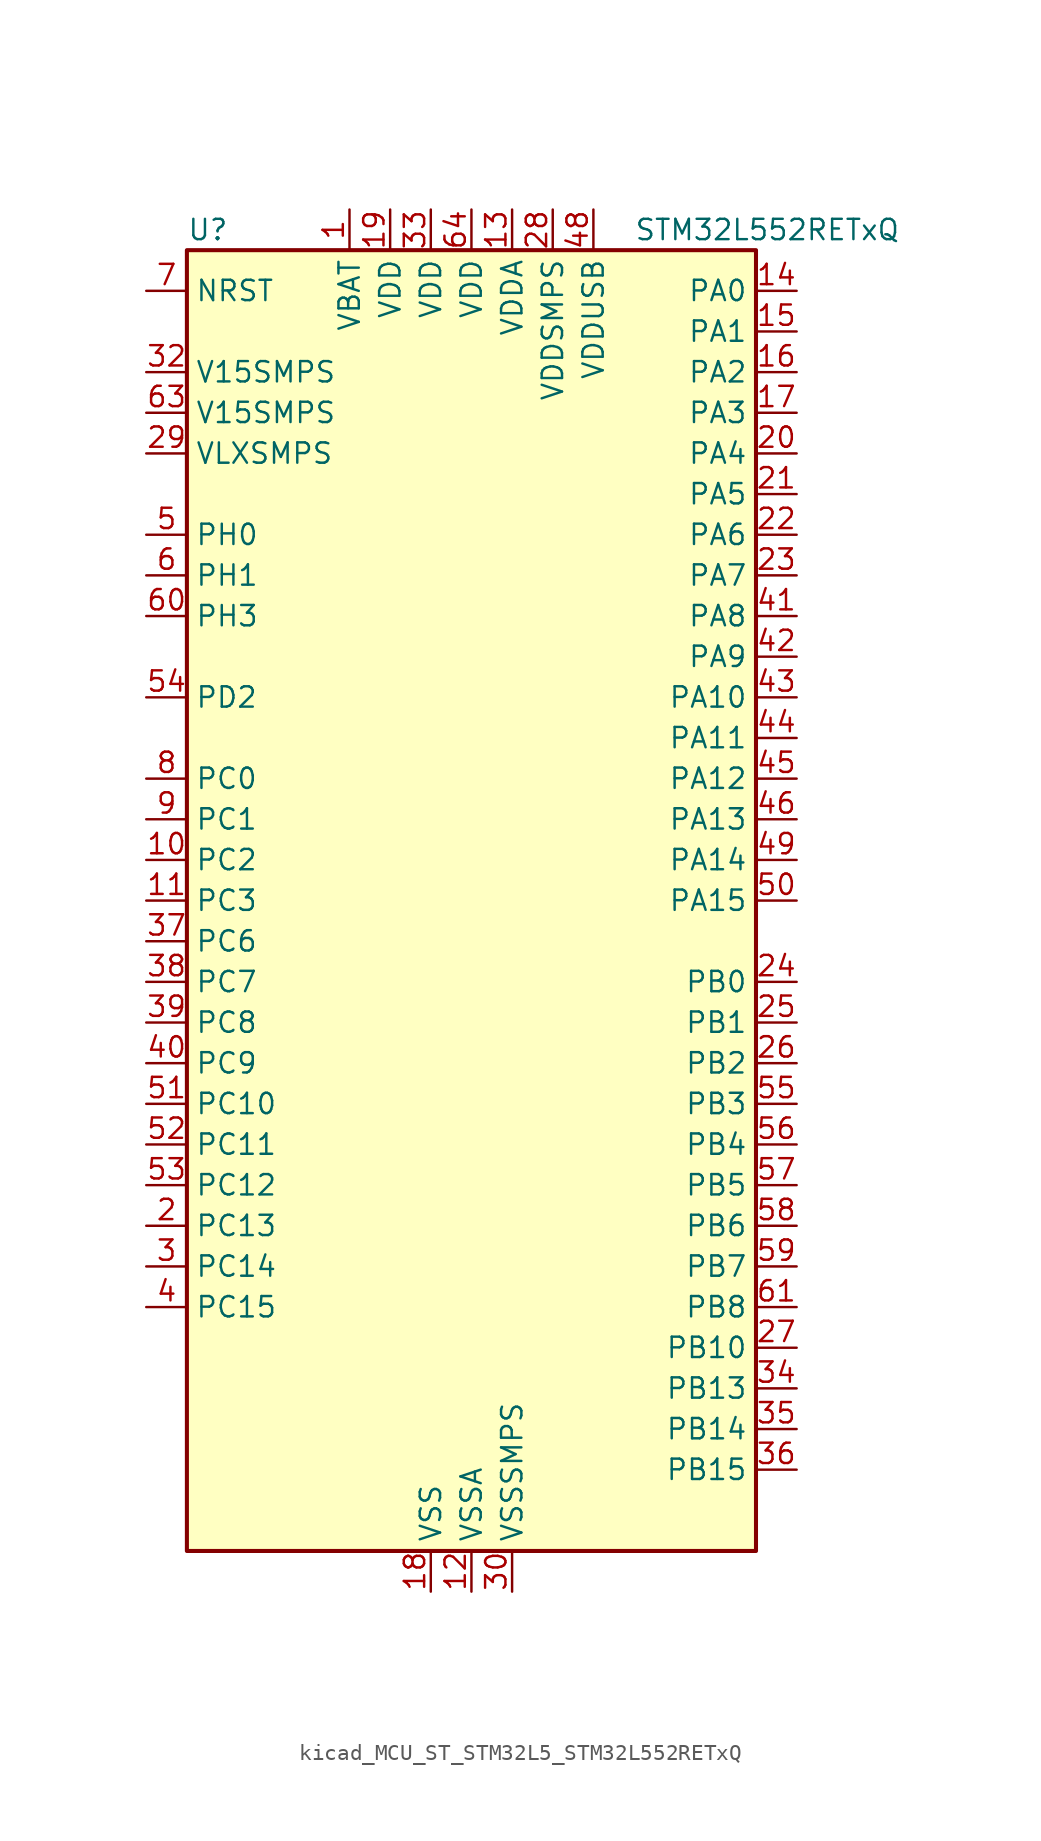
<source format=kicad_sym>
(kicad_symbol_lib
  (version 20220914)
  (generator kicad_symbol_editor)
  (symbol "kicad_MCU_ST_STM32L5_STM32L552RETxQ"
    (property "Reference" "U"
      (at -17.78 41.91 0)
      (effects (font (size 1.27 1.27)) (justify left)))
    (property "Value" "STM32L552RETxQ"
      (at 10.16 41.91 0)
      (effects (font (size 1.27 1.27)) (justify left)))
    (property "ki_locked" ""
      (at 0 0 0)
      (effects (font (size 1.27 1.27))))
    (symbol "kicad_MCU_ST_STM32L5_STM32L552RETxQ_0_1"
      (rectangle (start -17.78 -40.64) (end 17.78 40.64) (stroke (width 0.254) (type default)) (fill (type background))))
    (symbol "kicad_MCU_ST_STM32L5_STM32L552RETxQ_1_1"
      (pin power_in line (at -7.62 43.18 270) (length 2.54) (name "VBAT" (effects (font (size 1.27 1.27)))) (number "1" (effects (font (size 1.27 1.27)))))
      (pin bidirectional line (at -20.32 2.54 0) (length 2.54) (name "PC2" (effects (font (size 1.27 1.27)))) (number "10" (effects (font (size 1.27 1.27)))) (alternate "ADC1_IN3" bidirectional line) (alternate "ADC2_IN3" bidirectional line) (alternate "DFSDM1_CKOUT" bidirectional line) (alternate "LPTIM1_IN2" bidirectional line) (alternate "OCTOSPI1_IO5" bidirectional line) (alternate "SPI2_MISO" bidirectional line))
      (pin bidirectional line (at -20.32 0 0) (length 2.54) (name "PC3" (effects (font (size 1.27 1.27)))) (number "11" (effects (font (size 1.27 1.27)))) (alternate "ADC1_IN4" bidirectional line) (alternate "ADC2_IN4" bidirectional line) (alternate "LPTIM1_ETR" bidirectional line) (alternate "LPTIM2_ETR" bidirectional line) (alternate "LPTIM3_OUT" bidirectional line) (alternate "OCTOSPI1_IO6" bidirectional line) (alternate "SAI1_D1" bidirectional line) (alternate "SAI1_SD_A" bidirectional line) (alternate "SPI2_MOSI" bidirectional line))
      (pin power_in line (at 0 -43.18 90) (length 2.54) (name "VSSA" (effects (font (size 1.27 1.27)))) (number "12" (effects (font (size 1.27 1.27)))))
      (pin power_in line (at 2.54 43.18 270) (length 2.54) (name "VDDA" (effects (font (size 1.27 1.27)))) (number "13" (effects (font (size 1.27 1.27)))))
      (pin bidirectional line (at 20.32 38.1 180) (length 2.54) (name "PA0" (effects (font (size 1.27 1.27)))) (number "14" (effects (font (size 1.27 1.27)))) (alternate "ADC1_IN5" bidirectional line) (alternate "ADC2_IN5" bidirectional line) (alternate "OPAMP1_VINP" bidirectional line) (alternate "PWR_WKUP1" bidirectional line) (alternate "SAI1_EXTCLK" bidirectional line) (alternate "TAMP_IN2" bidirectional line) (alternate "TAMP_OUT1" bidirectional line) (alternate "TIM2_CH1" bidirectional line) (alternate "TIM2_ETR" bidirectional line) (alternate "TIM5_CH1" bidirectional line) (alternate "TIM8_ETR" bidirectional line) (alternate "UART4_TX" bidirectional line) (alternate "USART2_CTS" bidirectional line) (alternate "USART2_NSS" bidirectional line))
      (pin bidirectional line (at 20.32 35.56 180) (length 2.54) (name "PA1" (effects (font (size 1.27 1.27)))) (number "15" (effects (font (size 1.27 1.27)))) (alternate "ADC1_IN6" bidirectional line) (alternate "ADC2_IN6" bidirectional line) (alternate "I2C1_SMBA" bidirectional line) (alternate "OCTOSPI1_DQS" bidirectional line) (alternate "OPAMP1_VINM" bidirectional line) (alternate "SPI1_SCK" bidirectional line) (alternate "TAMP_IN5" bidirectional line) (alternate "TAMP_OUT4" bidirectional line) (alternate "TIM15_CH1N" bidirectional line) (alternate "TIM2_CH2" bidirectional line) (alternate "TIM5_CH2" bidirectional line) (alternate "UART4_RX" bidirectional line) (alternate "USART2_DE" bidirectional line) (alternate "USART2_RTS" bidirectional line))
      (pin bidirectional line (at 20.32 33.02 180) (length 2.54) (name "PA2" (effects (font (size 1.27 1.27)))) (number "16" (effects (font (size 1.27 1.27)))) (alternate "ADC1_IN7" bidirectional line) (alternate "ADC2_IN7" bidirectional line) (alternate "COMP1_INP" bidirectional line) (alternate "LPUART1_TX" bidirectional line) (alternate "OCTOSPI1_NCS" bidirectional line) (alternate "PWR_WKUP4" bidirectional line) (alternate "RCC_LSCO" bidirectional line) (alternate "SAI2_EXTCLK" bidirectional line) (alternate "TIM15_CH1" bidirectional line) (alternate "TIM2_CH3" bidirectional line) (alternate "TIM5_CH3" bidirectional line) (alternate "UCPD1_FRSTX1" bidirectional line) (alternate "USART2_TX" bidirectional line))
      (pin bidirectional line (at 20.32 30.48 180) (length 2.54) (name "PA3" (effects (font (size 1.27 1.27)))) (number "17" (effects (font (size 1.27 1.27)))) (alternate "ADC1_IN8" bidirectional line) (alternate "ADC2_IN8" bidirectional line) (alternate "LPUART1_RX" bidirectional line) (alternate "OCTOSPI1_CLK" bidirectional line) (alternate "OPAMP1_VOUT" bidirectional line) (alternate "SAI1_CK1" bidirectional line) (alternate "SAI1_MCLK_A" bidirectional line) (alternate "TIM15_CH2" bidirectional line) (alternate "TIM2_CH4" bidirectional line) (alternate "TIM5_CH4" bidirectional line) (alternate "USART2_RX" bidirectional line))
      (pin power_in line (at -2.54 -43.18 90) (length 2.54) (name "VSS" (effects (font (size 1.27 1.27)))) (number "18" (effects (font (size 1.27 1.27)))))
      (pin power_in line (at -5.08 43.18 270) (length 2.54) (name "VDD" (effects (font (size 1.27 1.27)))) (number "19" (effects (font (size 1.27 1.27)))))
      (pin bidirectional line (at -20.32 -20.32 0) (length 2.54) (name "PC13" (effects (font (size 1.27 1.27)))) (number "2" (effects (font (size 1.27 1.27)))) (alternate "PWR_WKUP2" bidirectional line) (alternate "RTC_OUT1" bidirectional line) (alternate "RTC_TS" bidirectional line) (alternate "TAMP_IN1" bidirectional line) (alternate "TAMP_OUT2" bidirectional line))
      (pin bidirectional line (at 20.32 27.94 180) (length 2.54) (name "PA4" (effects (font (size 1.27 1.27)))) (number "20" (effects (font (size 1.27 1.27)))) (alternate "ADC1_IN9" bidirectional line) (alternate "ADC2_IN9" bidirectional line) (alternate "DAC1_OUT1" bidirectional line) (alternate "LPTIM2_OUT" bidirectional line) (alternate "OCTOSPI1_NCS" bidirectional line) (alternate "SAI1_FS_B" bidirectional line) (alternate "SPI1_NSS" bidirectional line) (alternate "SPI3_NSS" bidirectional line) (alternate "USART2_CK" bidirectional line))
      (pin bidirectional line (at 20.32 25.4 180) (length 2.54) (name "PA5" (effects (font (size 1.27 1.27)))) (number "21" (effects (font (size 1.27 1.27)))) (alternate "ADC1_IN10" bidirectional line) (alternate "ADC2_IN10" bidirectional line) (alternate "DAC1_OUT2" bidirectional line) (alternate "LPTIM2_ETR" bidirectional line) (alternate "SPI1_SCK" bidirectional line) (alternate "TIM2_CH1" bidirectional line) (alternate "TIM2_ETR" bidirectional line) (alternate "TIM8_CH1N" bidirectional line))
      (pin bidirectional line (at 20.32 22.86 180) (length 2.54) (name "PA6" (effects (font (size 1.27 1.27)))) (number "22" (effects (font (size 1.27 1.27)))) (alternate "ADC1_IN11" bidirectional line) (alternate "ADC2_IN11" bidirectional line) (alternate "LPUART1_CTS" bidirectional line) (alternate "OCTOSPI1_IO3" bidirectional line) (alternate "OPAMP2_VINP" bidirectional line) (alternate "SPI1_MISO" bidirectional line) (alternate "TIM16_CH1" bidirectional line) (alternate "TIM1_BKIN" bidirectional line) (alternate "TIM3_CH1" bidirectional line) (alternate "TIM8_BKIN" bidirectional line) (alternate "USART3_CTS" bidirectional line) (alternate "USART3_NSS" bidirectional line))
      (pin bidirectional line (at 20.32 20.32 180) (length 2.54) (name "PA7" (effects (font (size 1.27 1.27)))) (number "23" (effects (font (size 1.27 1.27)))) (alternate "ADC1_IN12" bidirectional line) (alternate "ADC2_IN12" bidirectional line) (alternate "I2C3_SCL" bidirectional line) (alternate "OCTOSPI1_IO2" bidirectional line) (alternate "OPAMP2_VINM" bidirectional line) (alternate "SPI1_MOSI" bidirectional line) (alternate "TIM17_CH1" bidirectional line) (alternate "TIM1_CH1N" bidirectional line) (alternate "TIM3_CH2" bidirectional line) (alternate "TIM8_CH1N" bidirectional line))
      (pin bidirectional line (at 20.32 -5.08 180) (length 2.54) (name "PB0" (effects (font (size 1.27 1.27)))) (number "24" (effects (font (size 1.27 1.27)))) (alternate "ADC1_IN15" bidirectional line) (alternate "ADC2_IN15" bidirectional line) (alternate "COMP1_OUT" bidirectional line) (alternate "OCTOSPI1_IO1" bidirectional line) (alternate "OPAMP2_VOUT" bidirectional line) (alternate "SAI1_EXTCLK" bidirectional line) (alternate "SPI1_NSS" bidirectional line) (alternate "TIM1_CH2N" bidirectional line) (alternate "TIM3_CH3" bidirectional line) (alternate "TIM8_CH2N" bidirectional line) (alternate "USART3_CK" bidirectional line))
      (pin bidirectional line (at 20.32 -7.62 180) (length 2.54) (name "PB1" (effects (font (size 1.27 1.27)))) (number "25" (effects (font (size 1.27 1.27)))) (alternate "ADC1_IN16" bidirectional line) (alternate "ADC2_IN16" bidirectional line) (alternate "COMP1_INM" bidirectional line) (alternate "DFSDM1_DATIN0" bidirectional line) (alternate "LPTIM2_IN1" bidirectional line) (alternate "LPUART1_DE" bidirectional line) (alternate "LPUART1_RTS" bidirectional line) (alternate "OCTOSPI1_IO0" bidirectional line) (alternate "TIM1_CH3N" bidirectional line) (alternate "TIM3_CH4" bidirectional line) (alternate "TIM8_CH3N" bidirectional line) (alternate "USART3_DE" bidirectional line) (alternate "USART3_RTS" bidirectional line))
      (pin bidirectional line (at 20.32 -10.16 180) (length 2.54) (name "PB2" (effects (font (size 1.27 1.27)))) (number "26" (effects (font (size 1.27 1.27)))) (alternate "COMP1_INP" bidirectional line) (alternate "DFSDM1_CKIN0" bidirectional line) (alternate "I2C3_SMBA" bidirectional line) (alternate "LPTIM1_OUT" bidirectional line) (alternate "OCTOSPI1_DQS" bidirectional line) (alternate "RTC_OUT2" bidirectional line) (alternate "UCPD1_FRSTX1" bidirectional line))
      (pin bidirectional line (at 20.32 -27.94 180) (length 2.54) (name "PB10" (effects (font (size 1.27 1.27)))) (number "27" (effects (font (size 1.27 1.27)))) (alternate "COMP1_OUT" bidirectional line) (alternate "I2C2_SCL" bidirectional line) (alternate "I2C4_SCL" bidirectional line) (alternate "LPTIM3_OUT" bidirectional line) (alternate "LPUART1_RX" bidirectional line) (alternate "OCTOSPI1_CLK" bidirectional line) (alternate "SAI1_SCK_A" bidirectional line) (alternate "SPI2_SCK" bidirectional line) (alternate "TIM2_CH3" bidirectional line) (alternate "TSC_SYNC" bidirectional line) (alternate "USART3_TX" bidirectional line))
      (pin power_in line (at 5.08 43.18 270) (length 2.54) (name "VDDSMPS" (effects (font (size 1.27 1.27)))) (number "28" (effects (font (size 1.27 1.27)))))
      (pin power_in line (at -20.32 27.94 0) (length 2.54) (name "VLXSMPS" (effects (font (size 1.27 1.27)))) (number "29" (effects (font (size 1.27 1.27)))))
      (pin bidirectional line (at -20.32 -22.86 0) (length 2.54) (name "PC14" (effects (font (size 1.27 1.27)))) (number "3" (effects (font (size 1.27 1.27)))) (alternate "RCC_OSC32_IN" bidirectional line))
      (pin power_in line (at 2.54 -43.18 90) (length 2.54) (name "VSSSMPS" (effects (font (size 1.27 1.27)))) (number "30" (effects (font (size 1.27 1.27)))))
      (pin passive line (at -2.54 -43.18 90) (length 2.54) hide (name "VSS" (effects (font (size 1.27 1.27)))) (number "31" (effects (font (size 1.27 1.27)))))
      (pin power_in line (at -20.32 33.02 0) (length 2.54) (name "V15SMPS" (effects (font (size 1.27 1.27)))) (number "32" (effects (font (size 1.27 1.27)))))
      (pin power_in line (at -2.54 43.18 270) (length 2.54) (name "VDD" (effects (font (size 1.27 1.27)))) (number "33" (effects (font (size 1.27 1.27)))))
      (pin bidirectional line (at 20.32 -30.48 180) (length 2.54) (name "PB13" (effects (font (size 1.27 1.27)))) (number "34" (effects (font (size 1.27 1.27)))) (alternate "DFSDM1_CKIN1" bidirectional line) (alternate "I2C2_SCL" bidirectional line) (alternate "LPTIM3_IN1" bidirectional line) (alternate "LPUART1_CTS" bidirectional line) (alternate "SAI2_SCK_A" bidirectional line) (alternate "SPI2_SCK" bidirectional line) (alternate "TIM15_CH1N" bidirectional line) (alternate "TIM1_CH1N" bidirectional line) (alternate "TSC_G1_IO2" bidirectional line) (alternate "UCPD1_FRSTX2" bidirectional line) (alternate "USART3_CTS" bidirectional line) (alternate "USART3_NSS" bidirectional line))
      (pin bidirectional line (at 20.32 -33.02 180) (length 2.54) (name "PB14" (effects (font (size 1.27 1.27)))) (number "35" (effects (font (size 1.27 1.27)))) (alternate "DFSDM1_DATIN2" bidirectional line) (alternate "I2C2_SDA" bidirectional line) (alternate "LPTIM3_ETR" bidirectional line) (alternate "SAI2_MCLK_A" bidirectional line) (alternate "SPI2_MISO" bidirectional line) (alternate "TIM15_CH1" bidirectional line) (alternate "TIM1_CH2N" bidirectional line) (alternate "TIM8_CH2N" bidirectional line) (alternate "TSC_G1_IO3" bidirectional line) (alternate "UCPD1_DBCC2" bidirectional line) (alternate "USART3_DE" bidirectional line) (alternate "USART3_RTS" bidirectional line))
      (pin bidirectional line (at 20.32 -35.56 180) (length 2.54) (name "PB15" (effects (font (size 1.27 1.27)))) (number "36" (effects (font (size 1.27 1.27)))) (alternate "ADC1_EXTI15" bidirectional line) (alternate "ADC2_EXTI15" bidirectional line) (alternate "DFSDM1_CKIN2" bidirectional line) (alternate "RTC_REFIN" bidirectional line) (alternate "SAI2_SD_A" bidirectional line) (alternate "SPI2_MOSI" bidirectional line) (alternate "TIM15_CH2" bidirectional line) (alternate "TIM1_CH3N" bidirectional line) (alternate "TIM8_CH3N" bidirectional line) (alternate "UCPD1_CC2" bidirectional line))
      (pin bidirectional line (at -20.32 -2.54 0) (length 2.54) (name "PC6" (effects (font (size 1.27 1.27)))) (number "37" (effects (font (size 1.27 1.27)))) (alternate "DFSDM1_CKIN3" bidirectional line) (alternate "SAI2_MCLK_A" bidirectional line) (alternate "SDMMC1_D0DIR" bidirectional line) (alternate "SDMMC1_D6" bidirectional line) (alternate "TIM3_CH1" bidirectional line) (alternate "TIM8_CH1" bidirectional line) (alternate "TSC_G4_IO1" bidirectional line))
      (pin bidirectional line (at -20.32 -5.08 0) (length 2.54) (name "PC7" (effects (font (size 1.27 1.27)))) (number "38" (effects (font (size 1.27 1.27)))) (alternate "DFSDM1_DATIN3" bidirectional line) (alternate "SAI2_MCLK_B" bidirectional line) (alternate "SDMMC1_D123DIR" bidirectional line) (alternate "SDMMC1_D7" bidirectional line) (alternate "TIM3_CH2" bidirectional line) (alternate "TIM8_CH2" bidirectional line) (alternate "TSC_G4_IO2" bidirectional line))
      (pin bidirectional line (at -20.32 -7.62 0) (length 2.54) (name "PC8" (effects (font (size 1.27 1.27)))) (number "39" (effects (font (size 1.27 1.27)))) (alternate "SDMMC1_D0" bidirectional line) (alternate "TIM3_CH3" bidirectional line) (alternate "TIM8_CH3" bidirectional line) (alternate "TSC_G4_IO3" bidirectional line))
      (pin bidirectional line (at -20.32 -25.4 0) (length 2.54) (name "PC15" (effects (font (size 1.27 1.27)))) (number "4" (effects (font (size 1.27 1.27)))) (alternate "ADC1_EXTI15" bidirectional line) (alternate "ADC2_EXTI15" bidirectional line) (alternate "RCC_OSC32_OUT" bidirectional line))
      (pin bidirectional line (at -20.32 -10.16 0) (length 2.54) (name "PC9" (effects (font (size 1.27 1.27)))) (number "40" (effects (font (size 1.27 1.27)))) (alternate "DAC1_EXTI9" bidirectional line) (alternate "DEBUG_TRACED0" bidirectional line) (alternate "SAI2_EXTCLK" bidirectional line) (alternate "SDMMC1_D1" bidirectional line) (alternate "TIM3_CH4" bidirectional line) (alternate "TIM8_BKIN2" bidirectional line) (alternate "TIM8_CH4" bidirectional line) (alternate "TSC_G4_IO4" bidirectional line) (alternate "USB_NOE" bidirectional line))
      (pin bidirectional line (at 20.32 17.78 180) (length 2.54) (name "PA8" (effects (font (size 1.27 1.27)))) (number "41" (effects (font (size 1.27 1.27)))) (alternate "LPTIM2_OUT" bidirectional line) (alternate "RCC_MCO" bidirectional line) (alternate "SAI1_CK2" bidirectional line) (alternate "SAI1_SCK_A" bidirectional line) (alternate "TIM1_CH1" bidirectional line) (alternate "USART1_CK" bidirectional line))
      (pin bidirectional line (at 20.32 15.24 180) (length 2.54) (name "PA9" (effects (font (size 1.27 1.27)))) (number "42" (effects (font (size 1.27 1.27)))) (alternate "DAC1_EXTI9" bidirectional line) (alternate "SAI1_FS_A" bidirectional line) (alternate "SPI2_SCK" bidirectional line) (alternate "TIM15_BKIN" bidirectional line) (alternate "TIM1_CH2" bidirectional line) (alternate "USART1_TX" bidirectional line))
      (pin bidirectional line (at 20.32 12.7 180) (length 2.54) (name "PA10" (effects (font (size 1.27 1.27)))) (number "43" (effects (font (size 1.27 1.27)))) (alternate "CRS_SYNC" bidirectional line) (alternate "SAI1_D1" bidirectional line) (alternate "SAI1_SD_A" bidirectional line) (alternate "TIM17_BKIN" bidirectional line) (alternate "TIM1_CH3" bidirectional line) (alternate "USART1_RX" bidirectional line))
      (pin bidirectional line (at 20.32 10.16 180) (length 2.54) (name "PA11" (effects (font (size 1.27 1.27)))) (number "44" (effects (font (size 1.27 1.27)))) (alternate "ADC1_EXTI11" bidirectional line) (alternate "ADC2_EXTI11" bidirectional line) (alternate "FDCAN1_RX" bidirectional line) (alternate "SPI1_MISO" bidirectional line) (alternate "TIM1_BKIN2" bidirectional line) (alternate "TIM1_CH4" bidirectional line) (alternate "USART1_CTS" bidirectional line) (alternate "USART1_NSS" bidirectional line) (alternate "USB_DM" bidirectional line))
      (pin bidirectional line (at 20.32 7.62 180) (length 2.54) (name "PA12" (effects (font (size 1.27 1.27)))) (number "45" (effects (font (size 1.27 1.27)))) (alternate "FDCAN1_TX" bidirectional line) (alternate "SPI1_MOSI" bidirectional line) (alternate "TIM1_ETR" bidirectional line) (alternate "USART1_DE" bidirectional line) (alternate "USART1_RTS" bidirectional line) (alternate "USB_DP" bidirectional line))
      (pin bidirectional line (at 20.32 5.08 180) (length 2.54) (name "PA13" (effects (font (size 1.27 1.27)))) (number "46" (effects (font (size 1.27 1.27)))) (alternate "DEBUG_JTMS-SWDIO" bidirectional line) (alternate "IR_OUT" bidirectional line) (alternate "SAI1_SD_B" bidirectional line) (alternate "USB_NOE" bidirectional line))
      (pin passive line (at -2.54 -43.18 90) (length 2.54) hide (name "VSS" (effects (font (size 1.27 1.27)))) (number "47" (effects (font (size 1.27 1.27)))))
      (pin power_in line (at 7.62 43.18 270) (length 2.54) (name "VDDUSB" (effects (font (size 1.27 1.27)))) (number "48" (effects (font (size 1.27 1.27)))))
      (pin bidirectional line (at 20.32 2.54 180) (length 2.54) (name "PA14" (effects (font (size 1.27 1.27)))) (number "49" (effects (font (size 1.27 1.27)))) (alternate "DEBUG_JTCK-SWCLK" bidirectional line) (alternate "I2C1_SMBA" bidirectional line) (alternate "I2C4_SMBA" bidirectional line) (alternate "LPTIM1_OUT" bidirectional line) (alternate "SAI1_FS_B" bidirectional line))
      (pin bidirectional line (at -20.32 22.86 0) (length 2.54) (name "PH0" (effects (font (size 1.27 1.27)))) (number "5" (effects (font (size 1.27 1.27)))) (alternate "RCC_OSC_IN" bidirectional line))
      (pin bidirectional line (at 20.32 0 180) (length 2.54) (name "PA15" (effects (font (size 1.27 1.27)))) (number "50" (effects (font (size 1.27 1.27)))) (alternate "ADC1_EXTI15" bidirectional line) (alternate "ADC2_EXTI15" bidirectional line) (alternate "DEBUG_JTDI" bidirectional line) (alternate "SAI2_FS_B" bidirectional line) (alternate "SPI1_NSS" bidirectional line) (alternate "SPI3_NSS" bidirectional line) (alternate "TIM2_CH1" bidirectional line) (alternate "TIM2_ETR" bidirectional line) (alternate "UART4_DE" bidirectional line) (alternate "UART4_RTS" bidirectional line) (alternate "UCPD1_CC1" bidirectional line) (alternate "USART2_RX" bidirectional line) (alternate "USART3_DE" bidirectional line) (alternate "USART3_RTS" bidirectional line))
      (pin bidirectional line (at -20.32 -12.7 0) (length 2.54) (name "PC10" (effects (font (size 1.27 1.27)))) (number "51" (effects (font (size 1.27 1.27)))) (alternate "DEBUG_TRACED1" bidirectional line) (alternate "LPTIM3_ETR" bidirectional line) (alternate "SAI2_SCK_B" bidirectional line) (alternate "SDMMC1_D2" bidirectional line) (alternate "SPI3_SCK" bidirectional line) (alternate "TSC_G3_IO2" bidirectional line) (alternate "UART4_TX" bidirectional line) (alternate "USART3_TX" bidirectional line))
      (pin bidirectional line (at -20.32 -15.24 0) (length 2.54) (name "PC11" (effects (font (size 1.27 1.27)))) (number "52" (effects (font (size 1.27 1.27)))) (alternate "ADC1_EXTI11" bidirectional line) (alternate "ADC2_EXTI11" bidirectional line) (alternate "LPTIM3_IN1" bidirectional line) (alternate "OCTOSPI1_NCS" bidirectional line) (alternate "SAI2_MCLK_B" bidirectional line) (alternate "SDMMC1_D3" bidirectional line) (alternate "SPI3_MISO" bidirectional line) (alternate "TSC_G3_IO3" bidirectional line) (alternate "UART4_RX" bidirectional line) (alternate "UCPD1_FRSTX2" bidirectional line) (alternate "USART3_RX" bidirectional line))
      (pin bidirectional line (at -20.32 -17.78 0) (length 2.54) (name "PC12" (effects (font (size 1.27 1.27)))) (number "53" (effects (font (size 1.27 1.27)))) (alternate "DEBUG_TRACED3" bidirectional line) (alternate "SAI2_SD_B" bidirectional line) (alternate "SDMMC1_CK" bidirectional line) (alternate "SPI3_MOSI" bidirectional line) (alternate "TSC_G3_IO4" bidirectional line) (alternate "UART5_TX" bidirectional line) (alternate "USART3_CK" bidirectional line))
      (pin bidirectional line (at -20.32 12.7 0) (length 2.54) (name "PD2" (effects (font (size 1.27 1.27)))) (number "54" (effects (font (size 1.27 1.27)))) (alternate "DEBUG_TRACED2" bidirectional line) (alternate "SDMMC1_CMD" bidirectional line) (alternate "TIM3_ETR" bidirectional line) (alternate "TSC_SYNC" bidirectional line) (alternate "UART5_RX" bidirectional line) (alternate "USART3_DE" bidirectional line) (alternate "USART3_RTS" bidirectional line))
      (pin bidirectional line (at 20.32 -12.7 180) (length 2.54) (name "PB3" (effects (font (size 1.27 1.27)))) (number "55" (effects (font (size 1.27 1.27)))) (alternate "COMP2_INM" bidirectional line) (alternate "CRS_SYNC" bidirectional line) (alternate "DEBUG_JTDO-SWO" bidirectional line) (alternate "SAI1_SCK_B" bidirectional line) (alternate "SPI1_SCK" bidirectional line) (alternate "SPI3_SCK" bidirectional line) (alternate "TIM2_CH2" bidirectional line) (alternate "USART1_DE" bidirectional line) (alternate "USART1_RTS" bidirectional line))
      (pin bidirectional line (at 20.32 -15.24 180) (length 2.54) (name "PB4" (effects (font (size 1.27 1.27)))) (number "56" (effects (font (size 1.27 1.27)))) (alternate "COMP2_INP" bidirectional line) (alternate "DEBUG_JTRST" bidirectional line) (alternate "I2C3_SDA" bidirectional line) (alternate "SAI1_MCLK_B" bidirectional line) (alternate "SPI1_MISO" bidirectional line) (alternate "SPI3_MISO" bidirectional line) (alternate "TIM17_BKIN" bidirectional line) (alternate "TIM3_CH1" bidirectional line) (alternate "TSC_G2_IO1" bidirectional line) (alternate "UART5_DE" bidirectional line) (alternate "UART5_RTS" bidirectional line) (alternate "USART1_CTS" bidirectional line) (alternate "USART1_NSS" bidirectional line))
      (pin bidirectional line (at 20.32 -17.78 180) (length 2.54) (name "PB5" (effects (font (size 1.27 1.27)))) (number "57" (effects (font (size 1.27 1.27)))) (alternate "COMP2_OUT" bidirectional line) (alternate "I2C1_SMBA" bidirectional line) (alternate "LPTIM1_IN1" bidirectional line) (alternate "OCTOSPI1_NCLK" bidirectional line) (alternate "SAI1_SD_B" bidirectional line) (alternate "SPI1_MOSI" bidirectional line) (alternate "SPI3_MOSI" bidirectional line) (alternate "TIM16_BKIN" bidirectional line) (alternate "TIM3_CH2" bidirectional line) (alternate "TSC_G2_IO2" bidirectional line) (alternate "UART5_CTS" bidirectional line) (alternate "UCPD1_DBCC1" bidirectional line) (alternate "USART1_CK" bidirectional line))
      (pin bidirectional line (at 20.32 -20.32 180) (length 2.54) (name "PB6" (effects (font (size 1.27 1.27)))) (number "58" (effects (font (size 1.27 1.27)))) (alternate "COMP2_INP" bidirectional line) (alternate "I2C1_SCL" bidirectional line) (alternate "I2C4_SCL" bidirectional line) (alternate "LPTIM1_ETR" bidirectional line) (alternate "SAI1_FS_B" bidirectional line) (alternate "TIM16_CH1N" bidirectional line) (alternate "TIM4_CH1" bidirectional line) (alternate "TIM8_BKIN2" bidirectional line) (alternate "TSC_G2_IO3" bidirectional line) (alternate "USART1_TX" bidirectional line))
      (pin bidirectional line (at 20.32 -22.86 180) (length 2.54) (name "PB7" (effects (font (size 1.27 1.27)))) (number "59" (effects (font (size 1.27 1.27)))) (alternate "COMP2_INM" bidirectional line) (alternate "I2C1_SDA" bidirectional line) (alternate "I2C4_SDA" bidirectional line) (alternate "LPTIM1_IN2" bidirectional line) (alternate "PWR_PVD_IN" bidirectional line) (alternate "TIM17_CH1N" bidirectional line) (alternate "TIM4_CH2" bidirectional line) (alternate "TIM8_BKIN" bidirectional line) (alternate "TSC_G2_IO4" bidirectional line) (alternate "UART4_CTS" bidirectional line) (alternate "USART1_RX" bidirectional line))
      (pin bidirectional line (at -20.32 20.32 0) (length 2.54) (name "PH1" (effects (font (size 1.27 1.27)))) (number "6" (effects (font (size 1.27 1.27)))) (alternate "RCC_OSC_OUT" bidirectional line))
      (pin bidirectional line (at -20.32 17.78 0) (length 2.54) (name "PH3" (effects (font (size 1.27 1.27)))) (number "60" (effects (font (size 1.27 1.27)))))
      (pin bidirectional line (at 20.32 -25.4 180) (length 2.54) (name "PB8" (effects (font (size 1.27 1.27)))) (number "61" (effects (font (size 1.27 1.27)))) (alternate "DFSDM1_CKOUT" bidirectional line) (alternate "FDCAN1_RX" bidirectional line) (alternate "I2C1_SCL" bidirectional line) (alternate "SAI1_CK1" bidirectional line) (alternate "SAI1_MCLK_A" bidirectional line) (alternate "SDMMC1_CKIN" bidirectional line) (alternate "SDMMC1_D4" bidirectional line) (alternate "TIM16_CH1" bidirectional line) (alternate "TIM4_CH3" bidirectional line))
      (pin passive line (at -2.54 -43.18 90) (length 2.54) hide (name "VSS" (effects (font (size 1.27 1.27)))) (number "62" (effects (font (size 1.27 1.27)))))
      (pin power_in line (at -20.32 30.48 0) (length 2.54) (name "V15SMPS" (effects (font (size 1.27 1.27)))) (number "63" (effects (font (size 1.27 1.27)))))
      (pin power_in line (at 0 43.18 270) (length 2.54) (name "VDD" (effects (font (size 1.27 1.27)))) (number "64" (effects (font (size 1.27 1.27)))))
      (pin input line (at -20.32 38.1 0) (length 2.54) (name "NRST" (effects (font (size 1.27 1.27)))) (number "7" (effects (font (size 1.27 1.27)))))
      (pin bidirectional line (at -20.32 7.62 0) (length 2.54) (name "PC0" (effects (font (size 1.27 1.27)))) (number "8" (effects (font (size 1.27 1.27)))) (alternate "ADC1_IN1" bidirectional line) (alternate "ADC2_IN1" bidirectional line) (alternate "I2C3_SCL" bidirectional line) (alternate "LPTIM1_IN1" bidirectional line) (alternate "LPTIM2_IN1" bidirectional line) (alternate "LPUART1_RX" bidirectional line) (alternate "OCTOSPI1_IO7" bidirectional line) (alternate "SAI2_FS_A" bidirectional line) (alternate "SDMMC1_D5" bidirectional line))
      (pin bidirectional line (at -20.32 5.08 0) (length 2.54) (name "PC1" (effects (font (size 1.27 1.27)))) (number "9" (effects (font (size 1.27 1.27)))) (alternate "ADC1_IN2" bidirectional line) (alternate "ADC2_IN2" bidirectional line) (alternate "DEBUG_TRACED0" bidirectional line) (alternate "I2C3_SDA" bidirectional line) (alternate "LPTIM1_OUT" bidirectional line) (alternate "LPUART1_TX" bidirectional line) (alternate "OCTOSPI1_IO4" bidirectional line) (alternate "SAI1_SD_A" bidirectional line) (alternate "SPI2_MOSI" bidirectional line)))))
</source>
